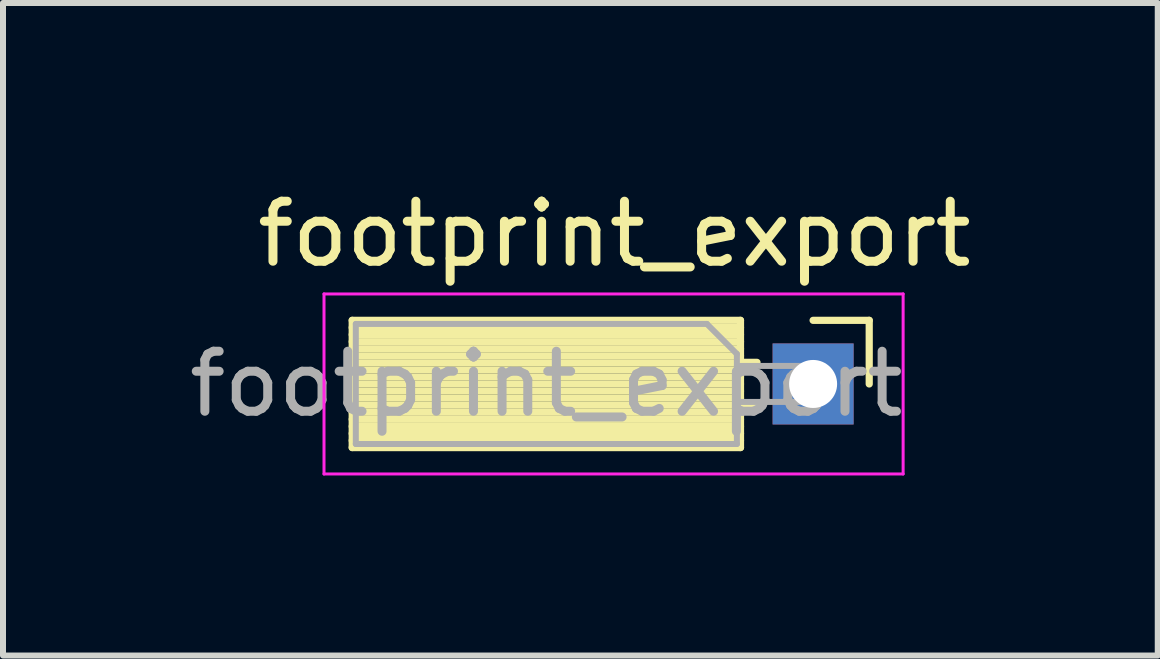
<source format=kicad_pcb>
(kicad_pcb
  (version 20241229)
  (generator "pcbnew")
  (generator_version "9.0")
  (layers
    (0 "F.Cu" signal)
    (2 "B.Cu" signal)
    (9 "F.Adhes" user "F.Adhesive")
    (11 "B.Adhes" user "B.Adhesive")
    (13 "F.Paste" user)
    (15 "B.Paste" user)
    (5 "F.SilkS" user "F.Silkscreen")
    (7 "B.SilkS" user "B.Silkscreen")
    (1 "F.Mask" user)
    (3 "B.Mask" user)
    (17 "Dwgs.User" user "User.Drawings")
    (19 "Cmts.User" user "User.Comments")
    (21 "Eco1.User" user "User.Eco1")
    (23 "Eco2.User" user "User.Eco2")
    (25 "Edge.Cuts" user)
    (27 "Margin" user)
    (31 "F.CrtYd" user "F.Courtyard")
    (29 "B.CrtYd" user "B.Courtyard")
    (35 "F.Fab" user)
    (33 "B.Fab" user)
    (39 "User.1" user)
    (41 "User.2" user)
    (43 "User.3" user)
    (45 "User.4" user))
  (footprint "footprint_export"
    (layer "F.Cu")
    (at 10.499 3.348)
    (property "Reference" "footprint_export" (at -3.31 -2.5 0) (layer "F.SilkS") (effects (font (size 1 1) (thickness 0.15))))
    (attr through_hole)
    (fp_line (start -7.68 -1.06) (end -7.68 1.06) (stroke (width 0.12) (type solid)) (layer "F.SilkS"))
    (fp_line (start -7.68 -1.06) (end -1.21 -1.06) (stroke (width 0.12) (type solid)) (layer "F.SilkS"))
    (fp_line (start -7.68 -0.94) (end -1.21 -0.94) (stroke (width 0.12) (type solid)) (layer "F.SilkS"))
    (fp_line (start -7.68 -0.822) (end -1.21 -0.822) (stroke (width 0.12) (type solid)) (layer "F.SilkS"))
    (fp_line (start -7.68 -0.705) (end -1.21 -0.705) (stroke (width 0.12) (type solid)) (layer "F.SilkS"))
    (fp_line (start -7.68 -0.587) (end -1.21 -0.587) (stroke (width 0.12) (type solid)) (layer "F.SilkS"))
    (fp_line (start -7.68 -0.469) (end -1.21 -0.469) (stroke (width 0.12) (type solid)) (layer "F.SilkS"))
    (fp_line (start -7.68 -0.352) (end -1.21 -0.352) (stroke (width 0.12) (type solid)) (layer "F.SilkS"))
    (fp_line (start -7.68 -0.234) (end -1.21 -0.234) (stroke (width 0.12) (type solid)) (layer "F.SilkS"))
    (fp_line (start -7.68 -0.116) (end -1.21 -0.116) (stroke (width 0.12) (type solid)) (layer "F.SilkS"))
    (fp_line (start -7.68 0.001) (end -1.21 0.001) (stroke (width 0.12) (type solid)) (layer "F.SilkS"))
    (fp_line (start -7.68 0.119) (end -1.21 0.119) (stroke (width 0.12) (type solid)) (layer "F.SilkS"))
    (fp_line (start -7.68 0.236) (end -1.21 0.236) (stroke (width 0.12) (type solid)) (layer "F.SilkS"))
    (fp_line (start -7.68 0.354) (end -1.21 0.354) (stroke (width 0.12) (type solid)) (layer "F.SilkS"))
    (fp_line (start -7.68 0.472) (end -1.21 0.472) (stroke (width 0.12) (type solid)) (layer "F.SilkS"))
    (fp_line (start -7.68 0.589) (end -1.21 0.589) (stroke (width 0.12) (type solid)) (layer "F.SilkS"))
    (fp_line (start -7.68 0.707) (end -1.21 0.707) (stroke (width 0.12) (type solid)) (layer "F.SilkS"))
    (fp_line (start -7.68 0.825) (end -1.21 0.825) (stroke (width 0.12) (type solid)) (layer "F.SilkS"))
    (fp_line (start -7.68 0.942) (end -1.21 0.942) (stroke (width 0.12) (type solid)) (layer "F.SilkS"))
    (fp_line (start -7.68 1.06) (end -1.21 1.06) (stroke (width 0.12) (type solid)) (layer "F.SilkS"))
    (fp_line (start -1.21 -1.06) (end -1.21 1.06) (stroke (width 0.12) (type solid)) (layer "F.SilkS"))
    (fp_line (start -1.21 -0.36) (end -0.935 -0.36) (stroke (width 0.12) (type solid)) (layer "F.SilkS"))
    (fp_line (start -1.21 0.36) (end -0.935 0.36) (stroke (width 0.12) (type solid)) (layer "F.SilkS"))
    (fp_line (start 0 -1.06) (end 0.935 -1.06) (stroke (width 0.12) (type solid)) (layer "F.SilkS"))
    (fp_line (start 0.935 -1.06) (end 0.935 0) (stroke (width 0.12) (type solid)) (layer "F.SilkS"))
    (fp_line (start -8.15 -1.5) (end -8.15 1.5) (stroke (width 0.05) (type solid)) (layer "F.CrtYd"))
    (fp_line (start -8.15 1.5) (end 1.5 1.5) (stroke (width 0.05) (type solid)) (layer "F.CrtYd"))
    (fp_line (start 1.5 -1.5) (end -8.15 -1.5) (stroke (width 0.05) (type solid)) (layer "F.CrtYd"))
    (fp_line (start 1.5 1.5) (end 1.5 -1.5) (stroke (width 0.05) (type solid)) (layer "F.CrtYd"))
    (fp_line (start -7.62 -1) (end -1.77 -1) (stroke (width 0.1) (type solid)) (layer "F.Fab"))
    (fp_line (start -7.62 1) (end -7.62 -1) (stroke (width 0.1) (type solid)) (layer "F.Fab"))
    (fp_line (start -1.77 -1) (end -1.27 -0.5) (stroke (width 0.1) (type solid)) (layer "F.Fab"))
    (fp_line (start -1.27 -0.5) (end -1.27 1) (stroke (width 0.1) (type solid)) (layer "F.Fab"))
    (fp_line (start -1.27 0.3) (end 0 0.3) (stroke (width 0.1) (type solid)) (layer "F.Fab"))
    (fp_line (start -1.27 1) (end -7.62 1) (stroke (width 0.1) (type solid)) (layer "F.Fab"))
    (fp_line (start 0 -0.3) (end -1.27 -0.3) (stroke (width 0.1) (type solid)) (layer "F.Fab"))
    (fp_line (start 0 0.3) (end 0 -0.3) (stroke (width 0.1) (type solid)) (layer "F.Fab"))
    (fp_text user "${REFERENCE}" (at -4.445 0 0) (layer "F.Fab") (effects (font (size 1 1) (thickness 0.15))))
    (pad "1" thru_hole rect (at 0 0) (size 1.35 1.35) (drill 0.8) (layers "*.Cu" "*.Mask")))
  (gr_rect
    (start -3 -3)
    (end 16.242 7.873)
    (stroke (width 0.1) (type default))
    (fill no)
    (layer "Edge.Cuts")))
</source>
